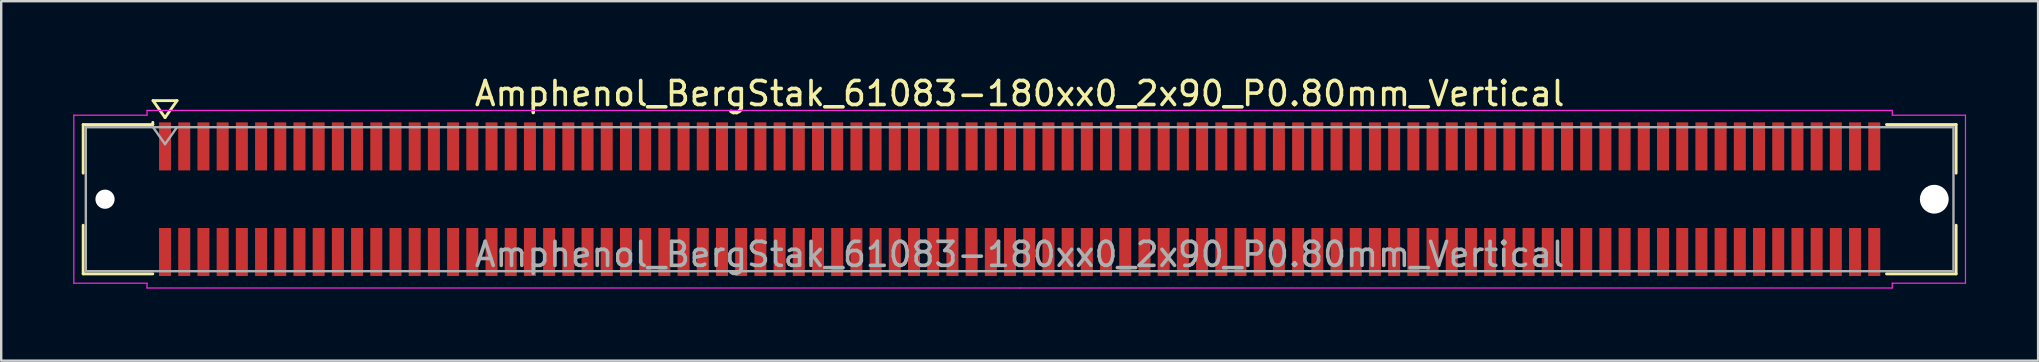
<source format=kicad_pcb>
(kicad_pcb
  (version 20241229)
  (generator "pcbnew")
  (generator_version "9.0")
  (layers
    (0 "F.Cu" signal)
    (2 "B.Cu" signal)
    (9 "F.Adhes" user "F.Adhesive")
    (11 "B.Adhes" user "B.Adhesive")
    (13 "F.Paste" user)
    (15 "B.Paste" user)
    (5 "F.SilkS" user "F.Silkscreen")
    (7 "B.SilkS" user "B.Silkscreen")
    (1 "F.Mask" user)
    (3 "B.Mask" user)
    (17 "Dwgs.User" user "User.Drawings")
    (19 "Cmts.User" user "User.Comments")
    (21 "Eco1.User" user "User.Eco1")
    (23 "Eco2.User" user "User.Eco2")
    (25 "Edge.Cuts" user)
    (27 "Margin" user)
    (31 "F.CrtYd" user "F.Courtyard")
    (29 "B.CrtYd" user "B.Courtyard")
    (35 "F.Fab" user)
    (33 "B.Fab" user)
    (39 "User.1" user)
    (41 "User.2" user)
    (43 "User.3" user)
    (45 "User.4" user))
  (footprint "Amphenol_BergStak_61083-180xx0_2x90_P0.80mm_Vertical"
    (layer "F.Cu")
    (at 39.425 5.248)
    (property "Reference" "Amphenol_BergStak_61083-180xx0_2x90_P0.80mm_Vertical" (at 0 -4.4 0) (layer "F.SilkS") (effects (font (size 1 1) (thickness 0.15))))
    (attr smd)
    (fp_line (start -39.01 -3.11) (end -36.11 -3.11) (stroke (width 0.12) (type solid)) (layer "F.SilkS"))
    (fp_line (start -39.01 -1.085) (end -39.01 -3.11) (stroke (width 0.12) (type solid)) (layer "F.SilkS"))
    (fp_line (start -39.01 1.085) (end -39.01 3.11) (stroke (width 0.12) (type solid)) (layer "F.SilkS"))
    (fp_line (start -39.01 3.11) (end -36.11 3.11) (stroke (width 0.12) (type solid)) (layer "F.SilkS"))
    (fp_line (start -36.11 -3.11) (end -36.11 -3.2) (stroke (width 0.12) (type solid)) (layer "F.SilkS"))
    (fp_line (start -36.1 -4.107) (end -35.6 -3.4) (stroke (width 0.12) (type solid)) (layer "F.SilkS"))
    (fp_line (start -35.6 -3.4) (end -35.1 -4.107) (stroke (width 0.12) (type solid)) (layer "F.SilkS"))
    (fp_line (start -35.1 -4.107) (end -36.1 -4.107) (stroke (width 0.12) (type solid)) (layer "F.SilkS"))
    (fp_line (start 39.01 -3.11) (end 36.11 -3.11) (stroke (width 0.12) (type solid)) (layer "F.SilkS"))
    (fp_line (start 39.01 -1.085) (end 39.01 -3.11) (stroke (width 0.12) (type solid)) (layer "F.SilkS"))
    (fp_line (start 39.01 1.085) (end 39.01 3.11) (stroke (width 0.12) (type solid)) (layer "F.SilkS"))
    (fp_line (start 39.01 3.11) (end 36.11 3.11) (stroke (width 0.12) (type solid)) (layer "F.SilkS"))
    (fp_line (start -39.4 -3.5) (end -39.4 3.5) (stroke (width 0.05) (type solid)) (layer "F.CrtYd"))
    (fp_line (start -39.4 3.5) (end -36.35 3.5) (stroke (width 0.05) (type solid)) (layer "F.CrtYd"))
    (fp_line (start -36.35 -3.7) (end -36.35 -3.5) (stroke (width 0.05) (type solid)) (layer "F.CrtYd"))
    (fp_line (start -36.35 -3.5) (end -39.4 -3.5) (stroke (width 0.05) (type solid)) (layer "F.CrtYd"))
    (fp_line (start -36.35 3.5) (end -36.35 3.7) (stroke (width 0.05) (type solid)) (layer "F.CrtYd"))
    (fp_line (start -36.35 3.7) (end 0 3.7) (stroke (width 0.05) (type solid)) (layer "F.CrtYd"))
    (fp_line (start 0 -3.7) (end -36.35 -3.7) (stroke (width 0.05) (type solid)) (layer "F.CrtYd"))
    (fp_line (start 0 -3.7) (end 36.35 -3.7) (stroke (width 0.05) (type solid)) (layer "F.CrtYd"))
    (fp_line (start 36.35 -3.7) (end 36.35 -3.5) (stroke (width 0.05) (type solid)) (layer "F.CrtYd"))
    (fp_line (start 36.35 -3.5) (end 39.4 -3.5) (stroke (width 0.05) (type solid)) (layer "F.CrtYd"))
    (fp_line (start 36.35 3.5) (end 36.35 3.7) (stroke (width 0.05) (type solid)) (layer "F.CrtYd"))
    (fp_line (start 36.35 3.7) (end 0 3.7) (stroke (width 0.05) (type solid)) (layer "F.CrtYd"))
    (fp_line (start 39.4 -3.5) (end 39.4 3.5) (stroke (width 0.05) (type solid)) (layer "F.CrtYd"))
    (fp_line (start 39.4 3.5) (end 36.35 3.5) (stroke (width 0.05) (type solid)) (layer "F.CrtYd"))
    (fp_line (start -38.9 -3) (end -38.9 3) (stroke (width 0.1) (type solid)) (layer "F.Fab"))
    (fp_line (start -38.9 3) (end 38.9 3) (stroke (width 0.1) (type solid)) (layer "F.Fab"))
    (fp_line (start -36.1 -3) (end -35.6 -2.293) (stroke (width 0.1) (type solid)) (layer "F.Fab"))
    (fp_line (start -35.6 -2.293) (end -35.1 -3) (stroke (width 0.1) (type solid)) (layer "F.Fab"))
    (fp_line (start 38.9 -3) (end -38.9 -3) (stroke (width 0.1) (type solid)) (layer "F.Fab"))
    (fp_line (start 38.9 3) (end 38.9 -3) (stroke (width 0.1) (type solid)) (layer "F.Fab"))
    (fp_text user "${REFERENCE}" (at 0 2.3 0) (layer "F.Fab") (effects (font (size 1 1) (thickness 0.15))))
    (pad "" np_thru_hole circle (at -38.1 0) (size 0.8 0.8) (drill 0.8) (layers "*.Cu" "*.Mask"))
    (pad "" np_thru_hole circle (at 38.1 0) (size 1.2 1.2) (drill 1.2) (layers "*.Cu" "*.Mask"))
    (pad "1" smd rect (at -35.6 -2.2) (size 0.5 2) (layers "F.Cu" "F.Mask" "F.Paste"))
    (pad "2" smd rect (at -35.6 2.2) (size 0.5 2) (layers "F.Cu" "F.Mask" "F.Paste"))
    (pad "3" smd rect (at -34.8 -2.2) (size 0.5 2) (layers "F.Cu" "F.Mask" "F.Paste"))
    (pad "4" smd rect (at -34.8 2.2) (size 0.5 2) (layers "F.Cu" "F.Mask" "F.Paste"))
    (pad "5" smd rect (at -34 -2.2) (size 0.5 2) (layers "F.Cu" "F.Mask" "F.Paste"))
    (pad "6" smd rect (at -34 2.2) (size 0.5 2) (layers "F.Cu" "F.Mask" "F.Paste"))
    (pad "7" smd rect (at -33.2 -2.2) (size 0.5 2) (layers "F.Cu" "F.Mask" "F.Paste"))
    (pad "8" smd rect (at -33.2 2.2) (size 0.5 2) (layers "F.Cu" "F.Mask" "F.Paste"))
    (pad "9" smd rect (at -32.4 -2.2) (size 0.5 2) (layers "F.Cu" "F.Mask" "F.Paste"))
    (pad "10" smd rect (at -32.4 2.2) (size 0.5 2) (layers "F.Cu" "F.Mask" "F.Paste"))
    (pad "11" smd rect (at -31.6 -2.2) (size 0.5 2) (layers "F.Cu" "F.Mask" "F.Paste"))
    (pad "12" smd rect (at -31.6 2.2) (size 0.5 2) (layers "F.Cu" "F.Mask" "F.Paste"))
    (pad "13" smd rect (at -30.8 -2.2) (size 0.5 2) (layers "F.Cu" "F.Mask" "F.Paste"))
    (pad "14" smd rect (at -30.8 2.2) (size 0.5 2) (layers "F.Cu" "F.Mask" "F.Paste"))
    (pad "15" smd rect (at -30 -2.2) (size 0.5 2) (layers "F.Cu" "F.Mask" "F.Paste"))
    (pad "16" smd rect (at -30 2.2) (size 0.5 2) (layers "F.Cu" "F.Mask" "F.Paste"))
    (pad "17" smd rect (at -29.2 -2.2) (size 0.5 2) (layers "F.Cu" "F.Mask" "F.Paste"))
    (pad "18" smd rect (at -29.2 2.2) (size 0.5 2) (layers "F.Cu" "F.Mask" "F.Paste"))
    (pad "19" smd rect (at -28.4 -2.2) (size 0.5 2) (layers "F.Cu" "F.Mask" "F.Paste"))
    (pad "20" smd rect (at -28.4 2.2) (size 0.5 2) (layers "F.Cu" "F.Mask" "F.Paste"))
    (pad "21" smd rect (at -27.6 -2.2) (size 0.5 2) (layers "F.Cu" "F.Mask" "F.Paste"))
    (pad "22" smd rect (at -27.6 2.2) (size 0.5 2) (layers "F.Cu" "F.Mask" "F.Paste"))
    (pad "23" smd rect (at -26.8 -2.2) (size 0.5 2) (layers "F.Cu" "F.Mask" "F.Paste"))
    (pad "24" smd rect (at -26.8 2.2) (size 0.5 2) (layers "F.Cu" "F.Mask" "F.Paste"))
    (pad "25" smd rect (at -26 -2.2) (size 0.5 2) (layers "F.Cu" "F.Mask" "F.Paste"))
    (pad "26" smd rect (at -26 2.2) (size 0.5 2) (layers "F.Cu" "F.Mask" "F.Paste"))
    (pad "27" smd rect (at -25.2 -2.2) (size 0.5 2) (layers "F.Cu" "F.Mask" "F.Paste"))
    (pad "28" smd rect (at -25.2 2.2) (size 0.5 2) (layers "F.Cu" "F.Mask" "F.Paste"))
    (pad "29" smd rect (at -24.4 -2.2) (size 0.5 2) (layers "F.Cu" "F.Mask" "F.Paste"))
    (pad "30" smd rect (at -24.4 2.2) (size 0.5 2) (layers "F.Cu" "F.Mask" "F.Paste"))
    (pad "31" smd rect (at -23.6 -2.2) (size 0.5 2) (layers "F.Cu" "F.Mask" "F.Paste"))
    (pad "32" smd rect (at -23.6 2.2) (size 0.5 2) (layers "F.Cu" "F.Mask" "F.Paste"))
    (pad "33" smd rect (at -22.8 -2.2) (size 0.5 2) (layers "F.Cu" "F.Mask" "F.Paste"))
    (pad "34" smd rect (at -22.8 2.2) (size 0.5 2) (layers "F.Cu" "F.Mask" "F.Paste"))
    (pad "35" smd rect (at -22 -2.2) (size 0.5 2) (layers "F.Cu" "F.Mask" "F.Paste"))
    (pad "36" smd rect (at -22 2.2) (size 0.5 2) (layers "F.Cu" "F.Mask" "F.Paste"))
    (pad "37" smd rect (at -21.2 -2.2) (size 0.5 2) (layers "F.Cu" "F.Mask" "F.Paste"))
    (pad "38" smd rect (at -21.2 2.2) (size 0.5 2) (layers "F.Cu" "F.Mask" "F.Paste"))
    (pad "39" smd rect (at -20.4 -2.2) (size 0.5 2) (layers "F.Cu" "F.Mask" "F.Paste"))
    (pad "40" smd rect (at -20.4 2.2) (size 0.5 2) (layers "F.Cu" "F.Mask" "F.Paste"))
    (pad "41" smd rect (at -19.6 -2.2) (size 0.5 2) (layers "F.Cu" "F.Mask" "F.Paste"))
    (pad "42" smd rect (at -19.6 2.2) (size 0.5 2) (layers "F.Cu" "F.Mask" "F.Paste"))
    (pad "43" smd rect (at -18.8 -2.2) (size 0.5 2) (layers "F.Cu" "F.Mask" "F.Paste"))
    (pad "44" smd rect (at -18.8 2.2) (size 0.5 2) (layers "F.Cu" "F.Mask" "F.Paste"))
    (pad "45" smd rect (at -18 -2.2) (size 0.5 2) (layers "F.Cu" "F.Mask" "F.Paste"))
    (pad "46" smd rect (at -18 2.2) (size 0.5 2) (layers "F.Cu" "F.Mask" "F.Paste"))
    (pad "47" smd rect (at -17.2 -2.2) (size 0.5 2) (layers "F.Cu" "F.Mask" "F.Paste"))
    (pad "48" smd rect (at -17.2 2.2) (size 0.5 2) (layers "F.Cu" "F.Mask" "F.Paste"))
    (pad "49" smd rect (at -16.4 -2.2) (size 0.5 2) (layers "F.Cu" "F.Mask" "F.Paste"))
    (pad "50" smd rect (at -16.4 2.2) (size 0.5 2) (layers "F.Cu" "F.Mask" "F.Paste"))
    (pad "51" smd rect (at -15.6 -2.2) (size 0.5 2) (layers "F.Cu" "F.Mask" "F.Paste"))
    (pad "52" smd rect (at -15.6 2.2) (size 0.5 2) (layers "F.Cu" "F.Mask" "F.Paste"))
    (pad "53" smd rect (at -14.8 -2.2) (size 0.5 2) (layers "F.Cu" "F.Mask" "F.Paste"))
    (pad "54" smd rect (at -14.8 2.2) (size 0.5 2) (layers "F.Cu" "F.Mask" "F.Paste"))
    (pad "55" smd rect (at -14 -2.2) (size 0.5 2) (layers "F.Cu" "F.Mask" "F.Paste"))
    (pad "56" smd rect (at -14 2.2) (size 0.5 2) (layers "F.Cu" "F.Mask" "F.Paste"))
    (pad "57" smd rect (at -13.2 -2.2) (size 0.5 2) (layers "F.Cu" "F.Mask" "F.Paste"))
    (pad "58" smd rect (at -13.2 2.2) (size 0.5 2) (layers "F.Cu" "F.Mask" "F.Paste"))
    (pad "59" smd rect (at -12.4 -2.2) (size 0.5 2) (layers "F.Cu" "F.Mask" "F.Paste"))
    (pad "60" smd rect (at -12.4 2.2) (size 0.5 2) (layers "F.Cu" "F.Mask" "F.Paste"))
    (pad "61" smd rect (at -11.6 -2.2) (size 0.5 2) (layers "F.Cu" "F.Mask" "F.Paste"))
    (pad "62" smd rect (at -11.6 2.2) (size 0.5 2) (layers "F.Cu" "F.Mask" "F.Paste"))
    (pad "63" smd rect (at -10.8 -2.2) (size 0.5 2) (layers "F.Cu" "F.Mask" "F.Paste"))
    (pad "64" smd rect (at -10.8 2.2) (size 0.5 2) (layers "F.Cu" "F.Mask" "F.Paste"))
    (pad "65" smd rect (at -10 -2.2) (size 0.5 2) (layers "F.Cu" "F.Mask" "F.Paste"))
    (pad "66" smd rect (at -10 2.2) (size 0.5 2) (layers "F.Cu" "F.Mask" "F.Paste"))
    (pad "67" smd rect (at -9.2 -2.2) (size 0.5 2) (layers "F.Cu" "F.Mask" "F.Paste"))
    (pad "68" smd rect (at -9.2 2.2) (size 0.5 2) (layers "F.Cu" "F.Mask" "F.Paste"))
    (pad "69" smd rect (at -8.4 -2.2) (size 0.5 2) (layers "F.Cu" "F.Mask" "F.Paste"))
    (pad "70" smd rect (at -8.4 2.2) (size 0.5 2) (layers "F.Cu" "F.Mask" "F.Paste"))
    (pad "71" smd rect (at -7.6 -2.2) (size 0.5 2) (layers "F.Cu" "F.Mask" "F.Paste"))
    (pad "72" smd rect (at -7.6 2.2) (size 0.5 2) (layers "F.Cu" "F.Mask" "F.Paste"))
    (pad "73" smd rect (at -6.8 -2.2) (size 0.5 2) (layers "F.Cu" "F.Mask" "F.Paste"))
    (pad "74" smd rect (at -6.8 2.2) (size 0.5 2) (layers "F.Cu" "F.Mask" "F.Paste"))
    (pad "75" smd rect (at -6 -2.2) (size 0.5 2) (layers "F.Cu" "F.Mask" "F.Paste"))
    (pad "76" smd rect (at -6 2.2) (size 0.5 2) (layers "F.Cu" "F.Mask" "F.Paste"))
    (pad "77" smd rect (at -5.2 -2.2) (size 0.5 2) (layers "F.Cu" "F.Mask" "F.Paste"))
    (pad "78" smd rect (at -5.2 2.2) (size 0.5 2) (layers "F.Cu" "F.Mask" "F.Paste"))
    (pad "79" smd rect (at -4.4 -2.2) (size 0.5 2) (layers "F.Cu" "F.Mask" "F.Paste"))
    (pad "80" smd rect (at -4.4 2.2) (size 0.5 2) (layers "F.Cu" "F.Mask" "F.Paste"))
    (pad "81" smd rect (at -3.6 -2.2) (size 0.5 2) (layers "F.Cu" "F.Mask" "F.Paste"))
    (pad "82" smd rect (at -3.6 2.2) (size 0.5 2) (layers "F.Cu" "F.Mask" "F.Paste"))
    (pad "83" smd rect (at -2.8 -2.2) (size 0.5 2) (layers "F.Cu" "F.Mask" "F.Paste"))
    (pad "84" smd rect (at -2.8 2.2) (size 0.5 2) (layers "F.Cu" "F.Mask" "F.Paste"))
    (pad "85" smd rect (at -2 -2.2) (size 0.5 2) (layers "F.Cu" "F.Mask" "F.Paste"))
    (pad "86" smd rect (at -2 2.2) (size 0.5 2) (layers "F.Cu" "F.Mask" "F.Paste"))
    (pad "87" smd rect (at -1.2 -2.2) (size 0.5 2) (layers "F.Cu" "F.Mask" "F.Paste"))
    (pad "88" smd rect (at -1.2 2.2) (size 0.5 2) (layers "F.Cu" "F.Mask" "F.Paste"))
    (pad "89" smd rect (at -0.4 -2.2) (size 0.5 2) (layers "F.Cu" "F.Mask" "F.Paste"))
    (pad "90" smd rect (at -0.4 2.2) (size 0.5 2) (layers "F.Cu" "F.Mask" "F.Paste"))
    (pad "91" smd rect (at 0.4 -2.2) (size 0.5 2) (layers "F.Cu" "F.Mask" "F.Paste"))
    (pad "92" smd rect (at 0.4 2.2) (size 0.5 2) (layers "F.Cu" "F.Mask" "F.Paste"))
    (pad "93" smd rect (at 1.2 -2.2) (size 0.5 2) (layers "F.Cu" "F.Mask" "F.Paste"))
    (pad "94" smd rect (at 1.2 2.2) (size 0.5 2) (layers "F.Cu" "F.Mask" "F.Paste"))
    (pad "95" smd rect (at 2 -2.2) (size 0.5 2) (layers "F.Cu" "F.Mask" "F.Paste"))
    (pad "96" smd rect (at 2 2.2) (size 0.5 2) (layers "F.Cu" "F.Mask" "F.Paste"))
    (pad "97" smd rect (at 2.8 -2.2) (size 0.5 2) (layers "F.Cu" "F.Mask" "F.Paste"))
    (pad "98" smd rect (at 2.8 2.2) (size 0.5 2) (layers "F.Cu" "F.Mask" "F.Paste"))
    (pad "99" smd rect (at 3.6 -2.2) (size 0.5 2) (layers "F.Cu" "F.Mask" "F.Paste"))
    (pad "100" smd rect (at 3.6 2.2) (size 0.5 2) (layers "F.Cu" "F.Mask" "F.Paste"))
    (pad "101" smd rect (at 4.4 -2.2) (size 0.5 2) (layers "F.Cu" "F.Mask" "F.Paste"))
    (pad "102" smd rect (at 4.4 2.2) (size 0.5 2) (layers "F.Cu" "F.Mask" "F.Paste"))
    (pad "103" smd rect (at 5.2 -2.2) (size 0.5 2) (layers "F.Cu" "F.Mask" "F.Paste"))
    (pad "104" smd rect (at 5.2 2.2) (size 0.5 2) (layers "F.Cu" "F.Mask" "F.Paste"))
    (pad "105" smd rect (at 6 -2.2) (size 0.5 2) (layers "F.Cu" "F.Mask" "F.Paste"))
    (pad "106" smd rect (at 6 2.2) (size 0.5 2) (layers "F.Cu" "F.Mask" "F.Paste"))
    (pad "107" smd rect (at 6.8 -2.2) (size 0.5 2) (layers "F.Cu" "F.Mask" "F.Paste"))
    (pad "108" smd rect (at 6.8 2.2) (size 0.5 2) (layers "F.Cu" "F.Mask" "F.Paste"))
    (pad "109" smd rect (at 7.6 -2.2) (size 0.5 2) (layers "F.Cu" "F.Mask" "F.Paste"))
    (pad "110" smd rect (at 7.6 2.2) (size 0.5 2) (layers "F.Cu" "F.Mask" "F.Paste"))
    (pad "111" smd rect (at 8.4 -2.2) (size 0.5 2) (layers "F.Cu" "F.Mask" "F.Paste"))
    (pad "112" smd rect (at 8.4 2.2) (size 0.5 2) (layers "F.Cu" "F.Mask" "F.Paste"))
    (pad "113" smd rect (at 9.2 -2.2) (size 0.5 2) (layers "F.Cu" "F.Mask" "F.Paste"))
    (pad "114" smd rect (at 9.2 2.2) (size 0.5 2) (layers "F.Cu" "F.Mask" "F.Paste"))
    (pad "115" smd rect (at 10 -2.2) (size 0.5 2) (layers "F.Cu" "F.Mask" "F.Paste"))
    (pad "116" smd rect (at 10 2.2) (size 0.5 2) (layers "F.Cu" "F.Mask" "F.Paste"))
    (pad "117" smd rect (at 10.8 -2.2) (size 0.5 2) (layers "F.Cu" "F.Mask" "F.Paste"))
    (pad "118" smd rect (at 10.8 2.2) (size 0.5 2) (layers "F.Cu" "F.Mask" "F.Paste"))
    (pad "119" smd rect (at 11.6 -2.2) (size 0.5 2) (layers "F.Cu" "F.Mask" "F.Paste"))
    (pad "120" smd rect (at 11.6 2.2) (size 0.5 2) (layers "F.Cu" "F.Mask" "F.Paste"))
    (pad "121" smd rect (at 12.4 -2.2) (size 0.5 2) (layers "F.Cu" "F.Mask" "F.Paste"))
    (pad "122" smd rect (at 12.4 2.2) (size 0.5 2) (layers "F.Cu" "F.Mask" "F.Paste"))
    (pad "123" smd rect (at 13.2 -2.2) (size 0.5 2) (layers "F.Cu" "F.Mask" "F.Paste"))
    (pad "124" smd rect (at 13.2 2.2) (size 0.5 2) (layers "F.Cu" "F.Mask" "F.Paste"))
    (pad "125" smd rect (at 14 -2.2) (size 0.5 2) (layers "F.Cu" "F.Mask" "F.Paste"))
    (pad "126" smd rect (at 14 2.2) (size 0.5 2) (layers "F.Cu" "F.Mask" "F.Paste"))
    (pad "127" smd rect (at 14.8 -2.2) (size 0.5 2) (layers "F.Cu" "F.Mask" "F.Paste"))
    (pad "128" smd rect (at 14.8 2.2) (size 0.5 2) (layers "F.Cu" "F.Mask" "F.Paste"))
    (pad "129" smd rect (at 15.6 -2.2) (size 0.5 2) (layers "F.Cu" "F.Mask" "F.Paste"))
    (pad "130" smd rect (at 15.6 2.2) (size 0.5 2) (layers "F.Cu" "F.Mask" "F.Paste"))
    (pad "131" smd rect (at 16.4 -2.2) (size 0.5 2) (layers "F.Cu" "F.Mask" "F.Paste"))
    (pad "132" smd rect (at 16.4 2.2) (size 0.5 2) (layers "F.Cu" "F.Mask" "F.Paste"))
    (pad "133" smd rect (at 17.2 -2.2) (size 0.5 2) (layers "F.Cu" "F.Mask" "F.Paste"))
    (pad "134" smd rect (at 17.2 2.2) (size 0.5 2) (layers "F.Cu" "F.Mask" "F.Paste"))
    (pad "135" smd rect (at 18 -2.2) (size 0.5 2) (layers "F.Cu" "F.Mask" "F.Paste"))
    (pad "136" smd rect (at 18 2.2) (size 0.5 2) (layers "F.Cu" "F.Mask" "F.Paste"))
    (pad "137" smd rect (at 18.8 -2.2) (size 0.5 2) (layers "F.Cu" "F.Mask" "F.Paste"))
    (pad "138" smd rect (at 18.8 2.2) (size 0.5 2) (layers "F.Cu" "F.Mask" "F.Paste"))
    (pad "139" smd rect (at 19.6 -2.2) (size 0.5 2) (layers "F.Cu" "F.Mask" "F.Paste"))
    (pad "140" smd rect (at 19.6 2.2) (size 0.5 2) (layers "F.Cu" "F.Mask" "F.Paste"))
    (pad "141" smd rect (at 20.4 -2.2) (size 0.5 2) (layers "F.Cu" "F.Mask" "F.Paste"))
    (pad "142" smd rect (at 20.4 2.2) (size 0.5 2) (layers "F.Cu" "F.Mask" "F.Paste"))
    (pad "143" smd rect (at 21.2 -2.2) (size 0.5 2) (layers "F.Cu" "F.Mask" "F.Paste"))
    (pad "144" smd rect (at 21.2 2.2) (size 0.5 2) (layers "F.Cu" "F.Mask" "F.Paste"))
    (pad "145" smd rect (at 22 -2.2) (size 0.5 2) (layers "F.Cu" "F.Mask" "F.Paste"))
    (pad "146" smd rect (at 22 2.2) (size 0.5 2) (layers "F.Cu" "F.Mask" "F.Paste"))
    (pad "147" smd rect (at 22.8 -2.2) (size 0.5 2) (layers "F.Cu" "F.Mask" "F.Paste"))
    (pad "148" smd rect (at 22.8 2.2) (size 0.5 2) (layers "F.Cu" "F.Mask" "F.Paste"))
    (pad "149" smd rect (at 23.6 -2.2) (size 0.5 2) (layers "F.Cu" "F.Mask" "F.Paste"))
    (pad "150" smd rect (at 23.6 2.2) (size 0.5 2) (layers "F.Cu" "F.Mask" "F.Paste"))
    (pad "151" smd rect (at 24.4 -2.2) (size 0.5 2) (layers "F.Cu" "F.Mask" "F.Paste"))
    (pad "152" smd rect (at 24.4 2.2) (size 0.5 2) (layers "F.Cu" "F.Mask" "F.Paste"))
    (pad "153" smd rect (at 25.2 -2.2) (size 0.5 2) (layers "F.Cu" "F.Mask" "F.Paste"))
    (pad "154" smd rect (at 25.2 2.2) (size 0.5 2) (layers "F.Cu" "F.Mask" "F.Paste"))
    (pad "155" smd rect (at 26 -2.2) (size 0.5 2) (layers "F.Cu" "F.Mask" "F.Paste"))
    (pad "156" smd rect (at 26 2.2) (size 0.5 2) (layers "F.Cu" "F.Mask" "F.Paste"))
    (pad "157" smd rect (at 26.8 -2.2) (size 0.5 2) (layers "F.Cu" "F.Mask" "F.Paste"))
    (pad "158" smd rect (at 26.8 2.2) (size 0.5 2) (layers "F.Cu" "F.Mask" "F.Paste"))
    (pad "159" smd rect (at 27.6 -2.2) (size 0.5 2) (layers "F.Cu" "F.Mask" "F.Paste"))
    (pad "160" smd rect (at 27.6 2.2) (size 0.5 2) (layers "F.Cu" "F.Mask" "F.Paste"))
    (pad "161" smd rect (at 28.4 -2.2) (size 0.5 2) (layers "F.Cu" "F.Mask" "F.Paste"))
    (pad "162" smd rect (at 28.4 2.2) (size 0.5 2) (layers "F.Cu" "F.Mask" "F.Paste"))
    (pad "163" smd rect (at 29.2 -2.2) (size 0.5 2) (layers "F.Cu" "F.Mask" "F.Paste"))
    (pad "164" smd rect (at 29.2 2.2) (size 0.5 2) (layers "F.Cu" "F.Mask" "F.Paste"))
    (pad "165" smd rect (at 30 -2.2) (size 0.5 2) (layers "F.Cu" "F.Mask" "F.Paste"))
    (pad "166" smd rect (at 30 2.2) (size 0.5 2) (layers "F.Cu" "F.Mask" "F.Paste"))
    (pad "167" smd rect (at 30.8 -2.2) (size 0.5 2) (layers "F.Cu" "F.Mask" "F.Paste"))
    (pad "168" smd rect (at 30.8 2.2) (size 0.5 2) (layers "F.Cu" "F.Mask" "F.Paste"))
    (pad "169" smd rect (at 31.6 -2.2) (size 0.5 2) (layers "F.Cu" "F.Mask" "F.Paste"))
    (pad "170" smd rect (at 31.6 2.2) (size 0.5 2) (layers "F.Cu" "F.Mask" "F.Paste"))
    (pad "171" smd rect (at 32.4 -2.2) (size 0.5 2) (layers "F.Cu" "F.Mask" "F.Paste"))
    (pad "172" smd rect (at 32.4 2.2) (size 0.5 2) (layers "F.Cu" "F.Mask" "F.Paste"))
    (pad "173" smd rect (at 33.2 -2.2) (size 0.5 2) (layers "F.Cu" "F.Mask" "F.Paste"))
    (pad "174" smd rect (at 33.2 2.2) (size 0.5 2) (layers "F.Cu" "F.Mask" "F.Paste"))
    (pad "175" smd rect (at 34 -2.2) (size 0.5 2) (layers "F.Cu" "F.Mask" "F.Paste"))
    (pad "176" smd rect (at 34 2.2) (size 0.5 2) (layers "F.Cu" "F.Mask" "F.Paste"))
    (pad "177" smd rect (at 34.8 -2.2) (size 0.5 2) (layers "F.Cu" "F.Mask" "F.Paste"))
    (pad "178" smd rect (at 34.8 2.2) (size 0.5 2) (layers "F.Cu" "F.Mask" "F.Paste"))
    (pad "179" smd rect (at 35.6 -2.2) (size 0.5 2) (layers "F.Cu" "F.Mask" "F.Paste"))
    (pad "180" smd rect (at 35.6 2.2) (size 0.5 2) (layers "F.Cu" "F.Mask" "F.Paste")))
  (gr_rect
    (start -3 -3)
    (end 81.85 11.973)
    (stroke (width 0.1) (type default))
    (fill no)
    (layer "Edge.Cuts")))
</source>
